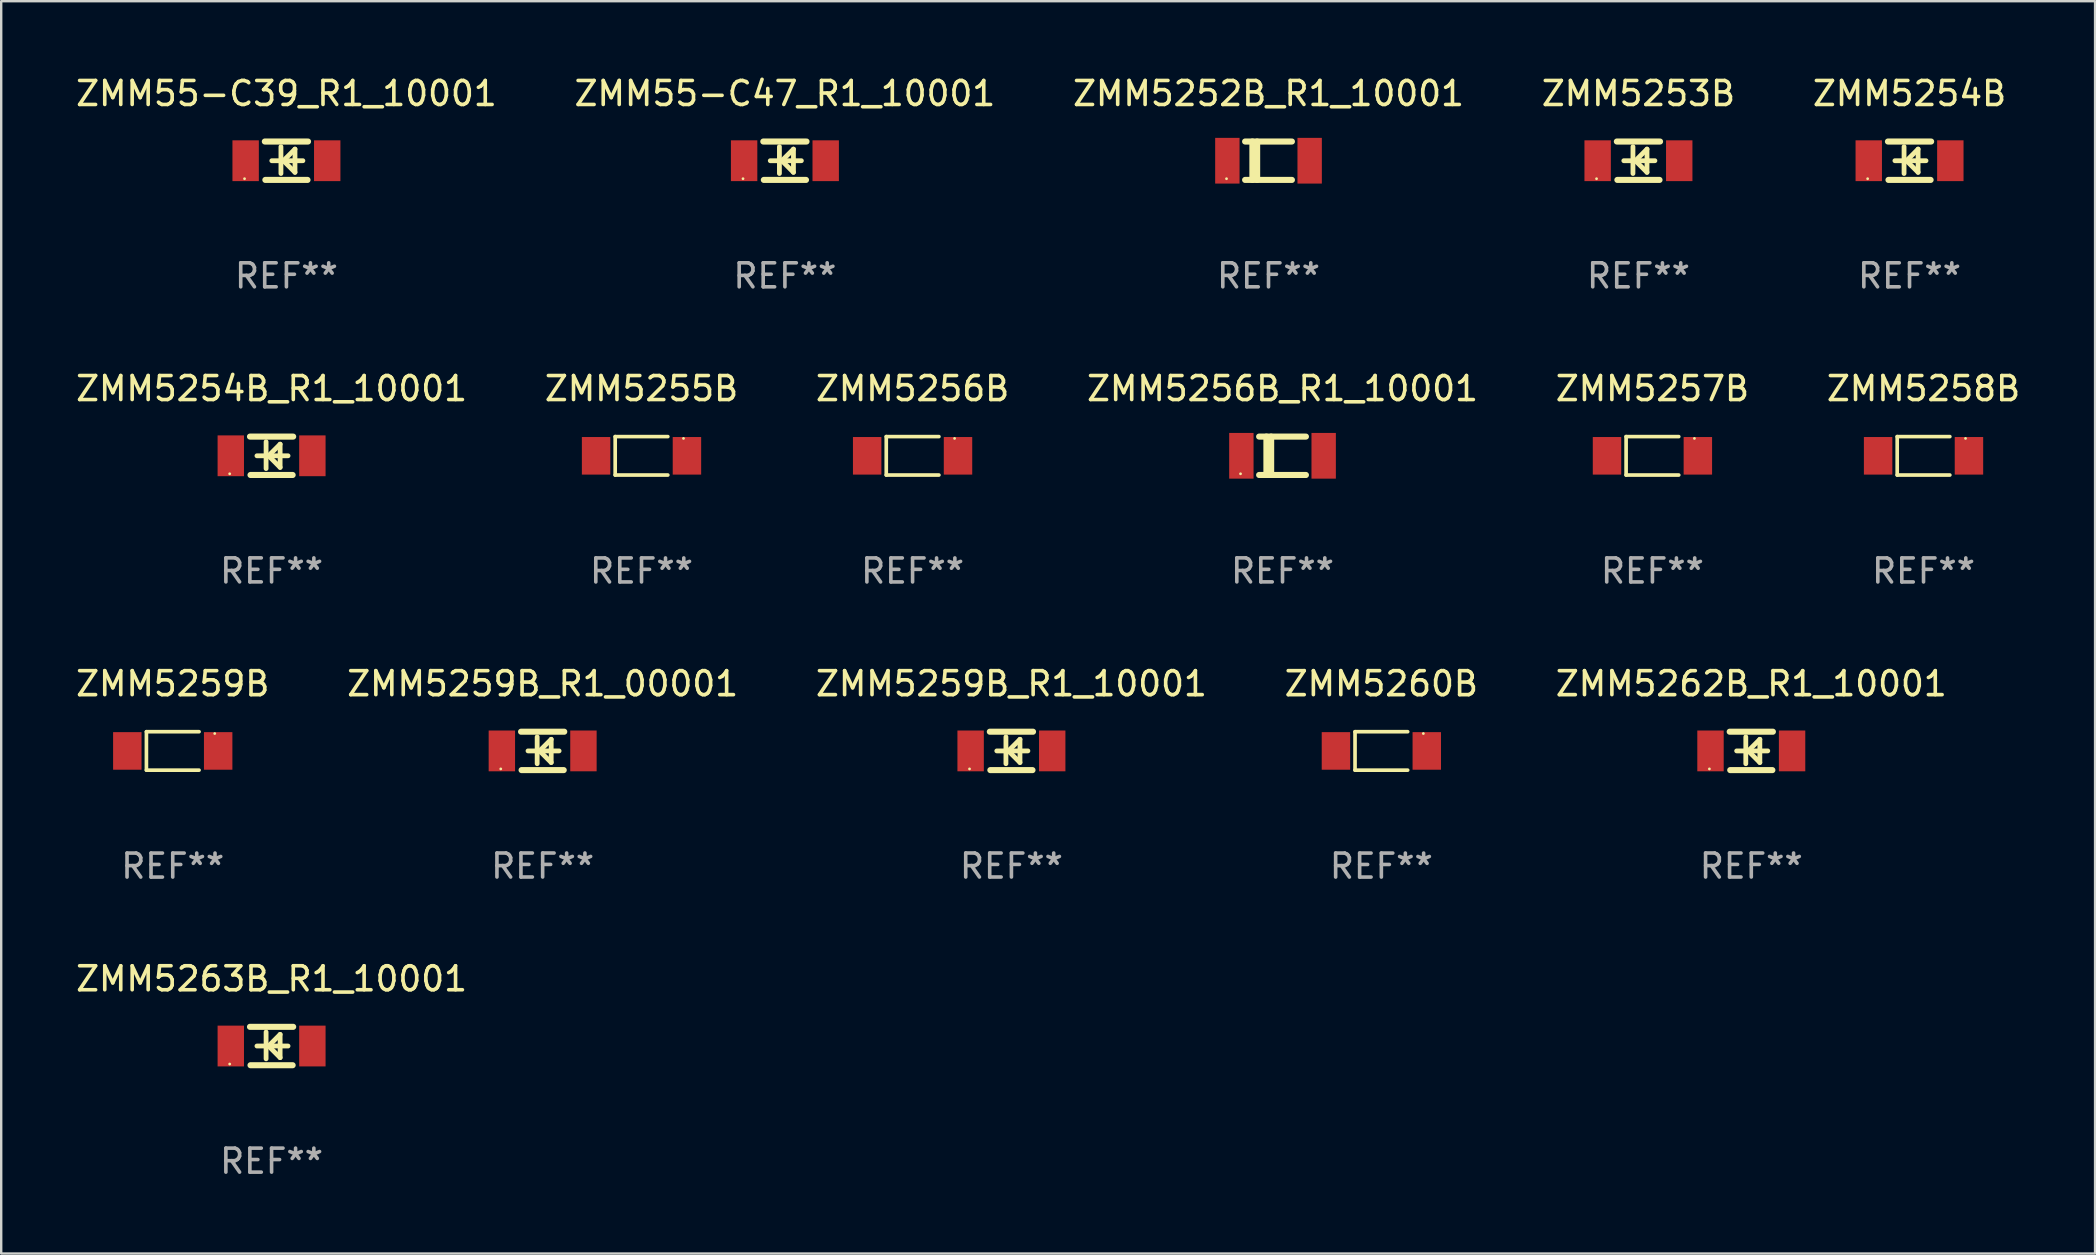
<source format=kicad_pcb>
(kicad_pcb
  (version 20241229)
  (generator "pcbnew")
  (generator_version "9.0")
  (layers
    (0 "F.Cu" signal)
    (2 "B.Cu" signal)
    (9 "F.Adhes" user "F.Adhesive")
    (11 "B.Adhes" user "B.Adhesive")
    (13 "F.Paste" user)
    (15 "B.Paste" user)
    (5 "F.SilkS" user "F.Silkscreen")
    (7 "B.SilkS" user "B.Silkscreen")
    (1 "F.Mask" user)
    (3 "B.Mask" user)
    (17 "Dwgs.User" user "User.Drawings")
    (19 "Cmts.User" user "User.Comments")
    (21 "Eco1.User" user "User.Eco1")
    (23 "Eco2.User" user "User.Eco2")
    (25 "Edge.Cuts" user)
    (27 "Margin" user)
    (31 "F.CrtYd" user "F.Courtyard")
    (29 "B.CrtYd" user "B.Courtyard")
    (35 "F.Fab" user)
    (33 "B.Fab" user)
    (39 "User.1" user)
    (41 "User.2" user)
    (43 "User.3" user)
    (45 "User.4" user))
  (footprint "ZMM5252B_R1_10001"
    (layer "F.Cu")
    (at 49.815 3.648)
    (property "Reference" "ZMM5252B_R1_10001" (at 0 -2.8 0) (layer "F.SilkS") (effects (font (size 1 1) (thickness 0.15))))
    (attr through_hole)
    (fp_line (start -0.975 -0.8) (end 0.975 -0.8) (stroke (width 0.254) (type solid)) (layer "F.SilkS"))
    (fp_line (start -0.975 0.8) (end 0.975 0.8) (stroke (width 0.254) (type solid)) (layer "F.SilkS"))
    (fp_line (start -0.671 -0.8) (end -0.671 0.8) (stroke (width 0.254) (type solid)) (layer "F.SilkS"))
    (fp_line (start -0.474 -0.8) (end -0.474 0.8) (stroke (width 0.254) (type solid)) (layer "F.SilkS"))
    (fp_circle (center -1.75 0.75) (end -1.72 0.75) (stroke (width 0.06) (type solid)) (fill no) (layer "F.SilkS"))
    (fp_text user "REF**" (at 0 4.8 0) (layer "F.Fab") (effects (font (size 1 1) (thickness 0.15))))
    (pad "1" smd rect (at -1.715 0 180) (size 1.016 1.905) (layers "F.Cu" "F.Mask" "F.Paste"))
    (pad "2" smd rect (at 1.715 0 180) (size 1.016 1.905) (layers "F.Cu" "F.Mask" "F.Paste")))
  (footprint "ZMM55-C39_R1_10001"
    (layer "F.Cu")
    (at 8.887 3.648)
    (property "Reference" "ZMM55-C39_R1_10001" (at 0 -2.8 0) (layer "F.SilkS") (effects (font (size 1 1) (thickness 0.15))))
    (attr through_hole)
    (fp_line (start -0.9 -0.8) (end 0.9 -0.8) (stroke (width 0.254) (type solid)) (layer "F.SilkS"))
    (fp_line (start -0.878 0.8) (end 0.878 0.8) (stroke (width 0.254) (type solid)) (layer "F.SilkS"))
    (fp_line (start -0.61 0) (end 0.686 0) (stroke (width 0.2) (type solid)) (layer "F.SilkS"))
    (fp_line (start -0.229 -0.584) (end -0.229 0.533) (stroke (width 0.2) (type solid)) (layer "F.SilkS"))
    (fp_line (start -0.127 0) (end 0.356 -0.483) (stroke (width 0.2) (type solid)) (layer "F.SilkS"))
    (fp_line (start 0.356 -0.483) (end 0.356 0.483) (stroke (width 0.2) (type solid)) (layer "F.SilkS"))
    (fp_line (start 0.356 0.483) (end -0.102 0.025) (stroke (width 0.2) (type solid)) (layer "F.SilkS"))
    (fp_circle (center -1.746 0.75) (end -1.716 0.75) (stroke (width 0.06) (type solid)) (fill no) (layer "F.SilkS"))
    (fp_text user "REF**" (at 0 4.8 0) (layer "F.Fab") (effects (font (size 1 1) (thickness 0.15))))
    (pad "1" smd rect (at -1.7 0 180) (size 1.1 1.7) (layers "F.Cu" "F.Mask" "F.Paste"))
    (pad "2" smd rect (at 1.7 0 180) (size 1.1 1.7) (layers "F.Cu" "F.Mask" "F.Paste")))
  (footprint "ZMM5263B_R1_10001"
    (layer "F.Cu")
    (at 8.268 40.543)
    (property "Reference" "ZMM5263B_R1_10001" (at 0 -2.8 0) (layer "F.SilkS") (effects (font (size 1 1) (thickness 0.15))))
    (attr through_hole)
    (fp_line (start -0.9 -0.8) (end 0.9 -0.8) (stroke (width 0.254) (type solid)) (layer "F.SilkS"))
    (fp_line (start -0.878 0.8) (end 0.878 0.8) (stroke (width 0.254) (type solid)) (layer "F.SilkS"))
    (fp_line (start -0.61 0) (end 0.686 0) (stroke (width 0.2) (type solid)) (layer "F.SilkS"))
    (fp_line (start -0.229 -0.584) (end -0.229 0.533) (stroke (width 0.2) (type solid)) (layer "F.SilkS"))
    (fp_line (start -0.127 0) (end 0.356 -0.483) (stroke (width 0.2) (type solid)) (layer "F.SilkS"))
    (fp_line (start 0.356 -0.483) (end 0.356 0.483) (stroke (width 0.2) (type solid)) (layer "F.SilkS"))
    (fp_line (start 0.356 0.483) (end -0.102 0.025) (stroke (width 0.2) (type solid)) (layer "F.SilkS"))
    (fp_circle (center -1.746 0.75) (end -1.716 0.75) (stroke (width 0.06) (type solid)) (fill no) (layer "F.SilkS"))
    (fp_text user "REF**" (at 0 4.8 0) (layer "F.Fab") (effects (font (size 1 1) (thickness 0.15))))
    (pad "1" smd rect (at -1.7 0 180) (size 1.1 1.7) (layers "F.Cu" "F.Mask" "F.Paste"))
    (pad "2" smd rect (at 1.7 0 180) (size 1.1 1.7) (layers "F.Cu" "F.Mask" "F.Paste")))
  (footprint "ZMM5253B"
    (layer "F.Cu")
    (at 65.232 3.648)
    (property "Reference" "ZMM5253B" (at 0 -2.8 0) (layer "F.SilkS") (effects (font (size 1 1) (thickness 0.15))))
    (attr through_hole)
    (fp_line (start -0.9 -0.8) (end 0.9 -0.8) (stroke (width 0.254) (type solid)) (layer "F.SilkS"))
    (fp_line (start -0.878 0.8) (end 0.878 0.8) (stroke (width 0.254) (type solid)) (layer "F.SilkS"))
    (fp_line (start -0.61 0) (end 0.686 0) (stroke (width 0.2) (type solid)) (layer "F.SilkS"))
    (fp_line (start -0.229 -0.584) (end -0.229 0.533) (stroke (width 0.2) (type solid)) (layer "F.SilkS"))
    (fp_line (start -0.127 0) (end 0.356 -0.483) (stroke (width 0.2) (type solid)) (layer "F.SilkS"))
    (fp_line (start 0.356 -0.483) (end 0.356 0.483) (stroke (width 0.2) (type solid)) (layer "F.SilkS"))
    (fp_line (start 0.356 0.483) (end -0.102 0.025) (stroke (width 0.2) (type solid)) (layer "F.SilkS"))
    (fp_circle (center -1.746 0.75) (end -1.716 0.75) (stroke (width 0.06) (type solid)) (fill no) (layer "F.SilkS"))
    (fp_text user "REF**" (at 0 4.8 0) (layer "F.Fab") (effects (font (size 1 1) (thickness 0.15))))
    (pad "1" smd rect (at -1.7 0 180) (size 1.1 1.7) (layers "F.Cu" "F.Mask" "F.Paste"))
    (pad "2" smd rect (at 1.7 0 180) (size 1.1 1.7) (layers "F.Cu" "F.Mask" "F.Paste")))
  (footprint "ZMM5255B"
    (layer "F.Cu")
    (at 23.685 15.946)
    (property "Reference" "ZMM5255B" (at 0 -2.801 0) (layer "F.SilkS") (effects (font (size 1 1) (thickness 0.15))))
    (attr through_hole)
    (fp_line (start -1.097 -0.801) (end -1.097 0.801) (stroke (width 0.152) (type solid)) (layer "F.SilkS"))
    (fp_line (start -1.097 -0.801) (end 1.097 -0.801) (stroke (width 0.152) (type solid)) (layer "F.SilkS"))
    (fp_line (start -1.097 0.801) (end 1.097 0.801) (stroke (width 0.152) (type solid)) (layer "F.SilkS"))
    (fp_circle (center 1.75 -0.725) (end 1.78 -0.725) (stroke (width 0.06) (type solid)) (fill no) (layer "F.SilkS"))
    (fp_text user "REF**" (at 0 4.801 0) (layer "F.Fab") (effects (font (size 1 1) (thickness 0.15))))
    (pad "1" smd rect (at 1.893 0) (size 1.185 1.566) (layers "F.Cu" "F.Mask" "F.Paste"))
    (pad "2" smd rect (at -1.893 0) (size 1.185 1.566) (layers "F.Cu" "F.Mask" "F.Paste")))
  (footprint "ZMM55-C47_R1_10001"
    (layer "F.Cu")
    (at 29.661 3.648)
    (property "Reference" "ZMM55-C47_R1_10001" (at 0 -2.8 0) (layer "F.SilkS") (effects (font (size 1 1) (thickness 0.15))))
    (attr through_hole)
    (fp_line (start -0.9 -0.8) (end 0.9 -0.8) (stroke (width 0.254) (type solid)) (layer "F.SilkS"))
    (fp_line (start -0.878 0.8) (end 0.878 0.8) (stroke (width 0.254) (type solid)) (layer "F.SilkS"))
    (fp_line (start -0.61 0) (end 0.686 0) (stroke (width 0.2) (type solid)) (layer "F.SilkS"))
    (fp_line (start -0.229 -0.584) (end -0.229 0.533) (stroke (width 0.2) (type solid)) (layer "F.SilkS"))
    (fp_line (start -0.127 0) (end 0.356 -0.483) (stroke (width 0.2) (type solid)) (layer "F.SilkS"))
    (fp_line (start 0.356 -0.483) (end 0.356 0.483) (stroke (width 0.2) (type solid)) (layer "F.SilkS"))
    (fp_line (start 0.356 0.483) (end -0.102 0.025) (stroke (width 0.2) (type solid)) (layer "F.SilkS"))
    (fp_circle (center -1.746 0.75) (end -1.716 0.75) (stroke (width 0.06) (type solid)) (fill no) (layer "F.SilkS"))
    (fp_text user "REF**" (at 0 4.8 0) (layer "F.Fab") (effects (font (size 1 1) (thickness 0.15))))
    (pad "1" smd rect (at -1.7 0 180) (size 1.1 1.7) (layers "F.Cu" "F.Mask" "F.Paste"))
    (pad "2" smd rect (at 1.7 0 180) (size 1.1 1.7) (layers "F.Cu" "F.Mask" "F.Paste")))
  (footprint "ZMM5258B"
    (layer "F.Cu")
    (at 77.113 15.946)
    (property "Reference" "ZMM5258B" (at 0 -2.801 0) (layer "F.SilkS") (effects (font (size 1 1) (thickness 0.15))))
    (attr through_hole)
    (fp_line (start -1.097 -0.801) (end -1.097 0.801) (stroke (width 0.152) (type solid)) (layer "F.SilkS"))
    (fp_line (start -1.097 -0.801) (end 1.097 -0.801) (stroke (width 0.152) (type solid)) (layer "F.SilkS"))
    (fp_line (start -1.097 0.801) (end 1.097 0.801) (stroke (width 0.152) (type solid)) (layer "F.SilkS"))
    (fp_circle (center 1.75 -0.725) (end 1.78 -0.725) (stroke (width 0.06) (type solid)) (fill no) (layer "F.SilkS"))
    (fp_text user "REF**" (at 0 4.801 0) (layer "F.Fab") (effects (font (size 1 1) (thickness 0.15))))
    (pad "1" smd rect (at 1.893 0) (size 1.185 1.566) (layers "F.Cu" "F.Mask" "F.Paste"))
    (pad "2" smd rect (at -1.893 0) (size 1.185 1.566) (layers "F.Cu" "F.Mask" "F.Paste")))
  (footprint "ZMM5259B"
    (layer "F.Cu")
    (at 4.149 28.245)
    (property "Reference" "ZMM5259B" (at 0 -2.801 0) (layer "F.SilkS") (effects (font (size 1 1) (thickness 0.15))))
    (attr through_hole)
    (fp_line (start -1.097 -0.801) (end -1.097 0.801) (stroke (width 0.152) (type solid)) (layer "F.SilkS"))
    (fp_line (start -1.097 -0.801) (end 1.097 -0.801) (stroke (width 0.152) (type solid)) (layer "F.SilkS"))
    (fp_line (start -1.097 0.801) (end 1.097 0.801) (stroke (width 0.152) (type solid)) (layer "F.SilkS"))
    (fp_circle (center 1.75 -0.725) (end 1.78 -0.725) (stroke (width 0.06) (type solid)) (fill no) (layer "F.SilkS"))
    (fp_text user "REF**" (at 0 4.801 0) (layer "F.Fab") (effects (font (size 1 1) (thickness 0.15))))
    (pad "1" smd rect (at 1.893 0) (size 1.185 1.566) (layers "F.Cu" "F.Mask" "F.Paste"))
    (pad "2" smd rect (at -1.893 0) (size 1.185 1.566) (layers "F.Cu" "F.Mask" "F.Paste")))
  (footprint "ZMM5256B_R1_10001"
    (layer "F.Cu")
    (at 50.399 15.945)
    (property "Reference" "ZMM5256B_R1_10001" (at 0 -2.8 0) (layer "F.SilkS") (effects (font (size 1 1) (thickness 0.15))))
    (attr through_hole)
    (fp_line (start -0.975 -0.8) (end 0.975 -0.8) (stroke (width 0.254) (type solid)) (layer "F.SilkS"))
    (fp_line (start -0.975 0.8) (end 0.975 0.8) (stroke (width 0.254) (type solid)) (layer "F.SilkS"))
    (fp_line (start -0.671 -0.8) (end -0.671 0.8) (stroke (width 0.254) (type solid)) (layer "F.SilkS"))
    (fp_line (start -0.474 -0.8) (end -0.474 0.8) (stroke (width 0.254) (type solid)) (layer "F.SilkS"))
    (fp_circle (center -1.75 0.75) (end -1.72 0.75) (stroke (width 0.06) (type solid)) (fill no) (layer "F.SilkS"))
    (fp_text user "REF**" (at 0 4.8 0) (layer "F.Fab") (effects (font (size 1 1) (thickness 0.15))))
    (pad "1" smd rect (at -1.715 0 180) (size 1.016 1.905) (layers "F.Cu" "F.Mask" "F.Paste"))
    (pad "2" smd rect (at 1.715 0 180) (size 1.016 1.905) (layers "F.Cu" "F.Mask" "F.Paste")))
  (footprint "ZMM5262B_R1_10001"
    (layer "F.Cu")
    (at 69.935 28.244)
    (property "Reference" "ZMM5262B_R1_10001" (at 0 -2.8 0) (layer "F.SilkS") (effects (font (size 1 1) (thickness 0.15))))
    (attr through_hole)
    (fp_line (start -0.9 -0.8) (end 0.9 -0.8) (stroke (width 0.254) (type solid)) (layer "F.SilkS"))
    (fp_line (start -0.878 0.8) (end 0.878 0.8) (stroke (width 0.254) (type solid)) (layer "F.SilkS"))
    (fp_line (start -0.61 0) (end 0.686 0) (stroke (width 0.2) (type solid)) (layer "F.SilkS"))
    (fp_line (start -0.229 -0.584) (end -0.229 0.533) (stroke (width 0.2) (type solid)) (layer "F.SilkS"))
    (fp_line (start -0.127 0) (end 0.356 -0.483) (stroke (width 0.2) (type solid)) (layer "F.SilkS"))
    (fp_line (start 0.356 -0.483) (end 0.356 0.483) (stroke (width 0.2) (type solid)) (layer "F.SilkS"))
    (fp_line (start 0.356 0.483) (end -0.102 0.025) (stroke (width 0.2) (type solid)) (layer "F.SilkS"))
    (fp_circle (center -1.746 0.75) (end -1.716 0.75) (stroke (width 0.06) (type solid)) (fill no) (layer "F.SilkS"))
    (fp_text user "REF**" (at 0 4.8 0) (layer "F.Fab") (effects (font (size 1 1) (thickness 0.15))))
    (pad "1" smd rect (at -1.7 0 180) (size 1.1 1.7) (layers "F.Cu" "F.Mask" "F.Paste"))
    (pad "2" smd rect (at 1.7 0 180) (size 1.1 1.7) (layers "F.Cu" "F.Mask" "F.Paste")))
  (footprint "ZMM5254B_R1_10001"
    (layer "F.Cu")
    (at 8.268 15.945)
    (property "Reference" "ZMM5254B_R1_10001" (at 0 -2.8 0) (layer "F.SilkS") (effects (font (size 1 1) (thickness 0.15))))
    (attr through_hole)
    (fp_line (start -0.9 -0.8) (end 0.9 -0.8) (stroke (width 0.254) (type solid)) (layer "F.SilkS"))
    (fp_line (start -0.878 0.8) (end 0.878 0.8) (stroke (width 0.254) (type solid)) (layer "F.SilkS"))
    (fp_line (start -0.61 0) (end 0.686 0) (stroke (width 0.2) (type solid)) (layer "F.SilkS"))
    (fp_line (start -0.229 -0.584) (end -0.229 0.533) (stroke (width 0.2) (type solid)) (layer "F.SilkS"))
    (fp_line (start -0.127 0) (end 0.356 -0.483) (stroke (width 0.2) (type solid)) (layer "F.SilkS"))
    (fp_line (start 0.356 -0.483) (end 0.356 0.483) (stroke (width 0.2) (type solid)) (layer "F.SilkS"))
    (fp_line (start 0.356 0.483) (end -0.102 0.025) (stroke (width 0.2) (type solid)) (layer "F.SilkS"))
    (fp_circle (center -1.746 0.75) (end -1.716 0.75) (stroke (width 0.06) (type solid)) (fill no) (layer "F.SilkS"))
    (fp_text user "REF**" (at 0 4.8 0) (layer "F.Fab") (effects (font (size 1 1) (thickness 0.15))))
    (pad "1" smd rect (at -1.7 0 180) (size 1.1 1.7) (layers "F.Cu" "F.Mask" "F.Paste"))
    (pad "2" smd rect (at 1.7 0 180) (size 1.1 1.7) (layers "F.Cu" "F.Mask" "F.Paste")))
  (footprint "ZMM5254B"
    (layer "F.Cu")
    (at 76.53 3.648)
    (property "Reference" "ZMM5254B" (at 0 -2.8 0) (layer "F.SilkS") (effects (font (size 1 1) (thickness 0.15))))
    (attr through_hole)
    (fp_line (start -0.9 -0.8) (end 0.9 -0.8) (stroke (width 0.254) (type solid)) (layer "F.SilkS"))
    (fp_line (start -0.878 0.8) (end 0.878 0.8) (stroke (width 0.254) (type solid)) (layer "F.SilkS"))
    (fp_line (start -0.61 0) (end 0.686 0) (stroke (width 0.2) (type solid)) (layer "F.SilkS"))
    (fp_line (start -0.229 -0.584) (end -0.229 0.533) (stroke (width 0.2) (type solid)) (layer "F.SilkS"))
    (fp_line (start -0.127 0) (end 0.356 -0.483) (stroke (width 0.2) (type solid)) (layer "F.SilkS"))
    (fp_line (start 0.356 -0.483) (end 0.356 0.483) (stroke (width 0.2) (type solid)) (layer "F.SilkS"))
    (fp_line (start 0.356 0.483) (end -0.102 0.025) (stroke (width 0.2) (type solid)) (layer "F.SilkS"))
    (fp_circle (center -1.746 0.75) (end -1.716 0.75) (stroke (width 0.06) (type solid)) (fill no) (layer "F.SilkS"))
    (fp_text user "REF**" (at 0 4.8 0) (layer "F.Fab") (effects (font (size 1 1) (thickness 0.15))))
    (pad "1" smd rect (at -1.7 0 180) (size 1.1 1.7) (layers "F.Cu" "F.Mask" "F.Paste"))
    (pad "2" smd rect (at 1.7 0 180) (size 1.1 1.7) (layers "F.Cu" "F.Mask" "F.Paste")))
  (footprint "ZMM5257B"
    (layer "F.Cu")
    (at 65.815 15.946)
    (property "Reference" "ZMM5257B" (at 0 -2.801 0) (layer "F.SilkS") (effects (font (size 1 1) (thickness 0.15))))
    (attr through_hole)
    (fp_line (start -1.097 -0.801) (end -1.097 0.801) (stroke (width 0.152) (type solid)) (layer "F.SilkS"))
    (fp_line (start -1.097 -0.801) (end 1.097 -0.801) (stroke (width 0.152) (type solid)) (layer "F.SilkS"))
    (fp_line (start -1.097 0.801) (end 1.097 0.801) (stroke (width 0.152) (type solid)) (layer "F.SilkS"))
    (fp_circle (center 1.75 -0.725) (end 1.78 -0.725) (stroke (width 0.06) (type solid)) (fill no) (layer "F.SilkS"))
    (fp_text user "REF**" (at 0 4.801 0) (layer "F.Fab") (effects (font (size 1 1) (thickness 0.15))))
    (pad "1" smd rect (at 1.893 0) (size 1.185 1.566) (layers "F.Cu" "F.Mask" "F.Paste"))
    (pad "2" smd rect (at -1.893 0) (size 1.185 1.566) (layers "F.Cu" "F.Mask" "F.Paste")))
  (footprint "ZMM5256B"
    (layer "F.Cu")
    (at 34.982 15.946)
    (property "Reference" "ZMM5256B" (at 0 -2.801 0) (layer "F.SilkS") (effects (font (size 1 1) (thickness 0.15))))
    (attr through_hole)
    (fp_line (start -1.097 -0.801) (end -1.097 0.801) (stroke (width 0.152) (type solid)) (layer "F.SilkS"))
    (fp_line (start -1.097 -0.801) (end 1.097 -0.801) (stroke (width 0.152) (type solid)) (layer "F.SilkS"))
    (fp_line (start -1.097 0.801) (end 1.097 0.801) (stroke (width 0.152) (type solid)) (layer "F.SilkS"))
    (fp_circle (center 1.75 -0.725) (end 1.78 -0.725) (stroke (width 0.06) (type solid)) (fill no) (layer "F.SilkS"))
    (fp_text user "REF**" (at 0 4.801 0) (layer "F.Fab") (effects (font (size 1 1) (thickness 0.15))))
    (pad "1" smd rect (at 1.893 0) (size 1.185 1.566) (layers "F.Cu" "F.Mask" "F.Paste"))
    (pad "2" smd rect (at -1.893 0) (size 1.185 1.566) (layers "F.Cu" "F.Mask" "F.Paste")))
  (footprint "ZMM5259B_R1_00001"
    (layer "F.Cu")
    (at 19.565 28.244)
    (property "Reference" "ZMM5259B_R1_00001" (at 0 -2.8 0) (layer "F.SilkS") (effects (font (size 1 1) (thickness 0.15))))
    (attr through_hole)
    (fp_line (start -0.9 -0.8) (end 0.9 -0.8) (stroke (width 0.254) (type solid)) (layer "F.SilkS"))
    (fp_line (start -0.878 0.8) (end 0.878 0.8) (stroke (width 0.254) (type solid)) (layer "F.SilkS"))
    (fp_line (start -0.61 0) (end 0.686 0) (stroke (width 0.2) (type solid)) (layer "F.SilkS"))
    (fp_line (start -0.229 -0.584) (end -0.229 0.533) (stroke (width 0.2) (type solid)) (layer "F.SilkS"))
    (fp_line (start -0.127 0) (end 0.356 -0.483) (stroke (width 0.2) (type solid)) (layer "F.SilkS"))
    (fp_line (start 0.356 -0.483) (end 0.356 0.483) (stroke (width 0.2) (type solid)) (layer "F.SilkS"))
    (fp_line (start 0.356 0.483) (end -0.102 0.025) (stroke (width 0.2) (type solid)) (layer "F.SilkS"))
    (fp_circle (center -1.746 0.75) (end -1.716 0.75) (stroke (width 0.06) (type solid)) (fill no) (layer "F.SilkS"))
    (fp_text user "REF**" (at 0 4.8 0) (layer "F.Fab") (effects (font (size 1 1) (thickness 0.15))))
    (pad "1" smd rect (at -1.7 0 180) (size 1.1 1.7) (layers "F.Cu" "F.Mask" "F.Paste"))
    (pad "2" smd rect (at 1.7 0 180) (size 1.1 1.7) (layers "F.Cu" "F.Mask" "F.Paste")))
  (footprint "ZMM5259B_R1_10001"
    (layer "F.Cu")
    (at 39.101 28.244)
    (property "Reference" "ZMM5259B_R1_10001" (at 0 -2.8 0) (layer "F.SilkS") (effects (font (size 1 1) (thickness 0.15))))
    (attr through_hole)
    (fp_line (start -0.9 -0.8) (end 0.9 -0.8) (stroke (width 0.254) (type solid)) (layer "F.SilkS"))
    (fp_line (start -0.878 0.8) (end 0.878 0.8) (stroke (width 0.254) (type solid)) (layer "F.SilkS"))
    (fp_line (start -0.61 0) (end 0.686 0) (stroke (width 0.2) (type solid)) (layer "F.SilkS"))
    (fp_line (start -0.229 -0.584) (end -0.229 0.533) (stroke (width 0.2) (type solid)) (layer "F.SilkS"))
    (fp_line (start -0.127 0) (end 0.356 -0.483) (stroke (width 0.2) (type solid)) (layer "F.SilkS"))
    (fp_line (start 0.356 -0.483) (end 0.356 0.483) (stroke (width 0.2) (type solid)) (layer "F.SilkS"))
    (fp_line (start 0.356 0.483) (end -0.102 0.025) (stroke (width 0.2) (type solid)) (layer "F.SilkS"))
    (fp_circle (center -1.746 0.75) (end -1.716 0.75) (stroke (width 0.06) (type solid)) (fill no) (layer "F.SilkS"))
    (fp_text user "REF**" (at 0 4.8 0) (layer "F.Fab") (effects (font (size 1 1) (thickness 0.15))))
    (pad "1" smd rect (at -1.7 0 180) (size 1.1 1.7) (layers "F.Cu" "F.Mask" "F.Paste"))
    (pad "2" smd rect (at 1.7 0 180) (size 1.1 1.7) (layers "F.Cu" "F.Mask" "F.Paste")))
  (footprint "ZMM5260B"
    (layer "F.Cu")
    (at 54.518 28.245)
    (property "Reference" "ZMM5260B" (at 0 -2.801 0) (layer "F.SilkS") (effects (font (size 1 1) (thickness 0.15))))
    (attr through_hole)
    (fp_line (start -1.097 -0.801) (end -1.097 0.801) (stroke (width 0.152) (type solid)) (layer "F.SilkS"))
    (fp_line (start -1.097 -0.801) (end 1.097 -0.801) (stroke (width 0.152) (type solid)) (layer "F.SilkS"))
    (fp_line (start -1.097 0.801) (end 1.097 0.801) (stroke (width 0.152) (type solid)) (layer "F.SilkS"))
    (fp_circle (center 1.75 -0.725) (end 1.78 -0.725) (stroke (width 0.06) (type solid)) (fill no) (layer "F.SilkS"))
    (fp_text user "REF**" (at 0 4.801 0) (layer "F.Fab") (effects (font (size 1 1) (thickness 0.15))))
    (pad "1" smd rect (at 1.893 0) (size 1.185 1.566) (layers "F.Cu" "F.Mask" "F.Paste"))
    (pad "2" smd rect (at -1.893 0) (size 1.185 1.566) (layers "F.Cu" "F.Mask" "F.Paste")))
  (gr_rect
    (start -3 -3)
    (end 84.262 49.191)
    (stroke (width 0.1) (type default))
    (fill no)
    (layer "Edge.Cuts")))
</source>
